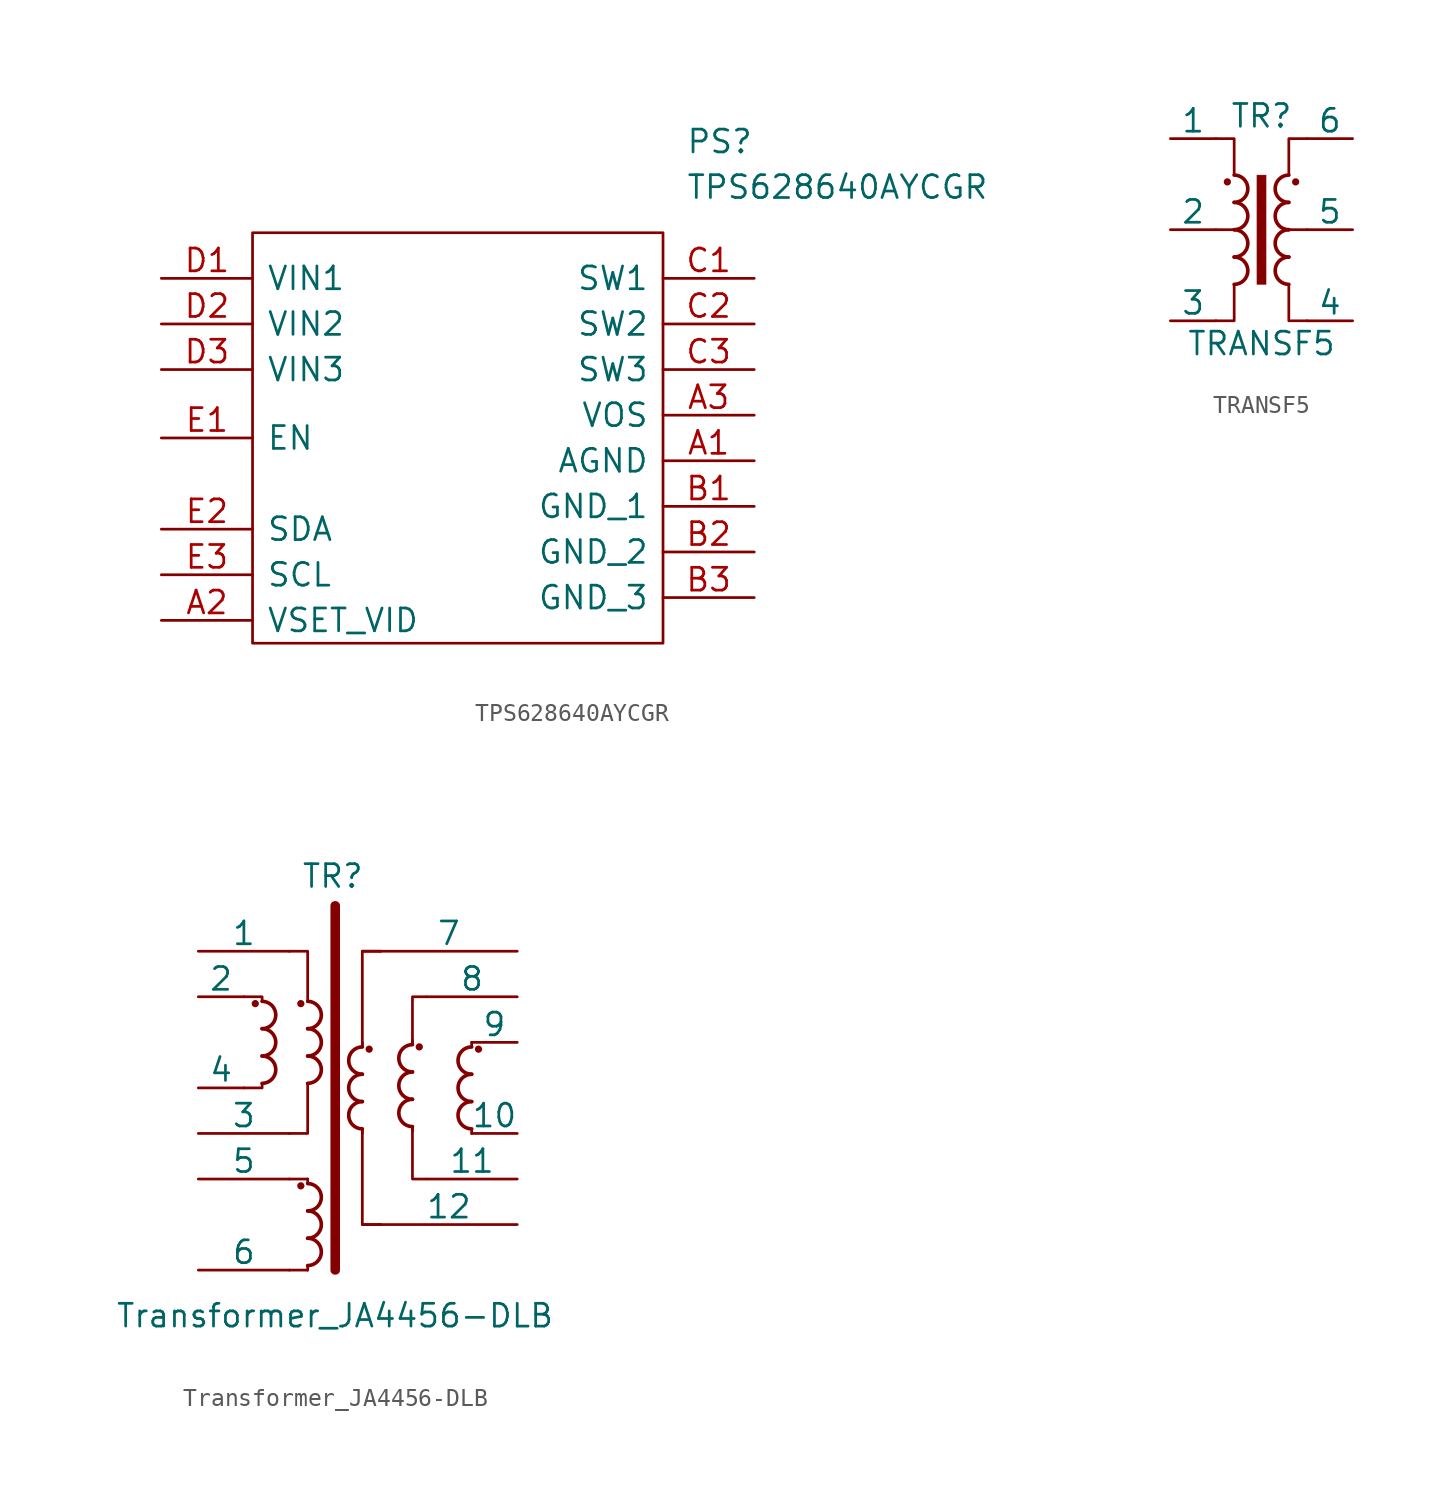
<source format=kicad_sym>
(kicad_symbol_lib
  (version 20201005)
  (generator kicad_symbol_editor)
  (symbol "AP3000:TPS628640AYCGR"
    (pin_names
      (offset 0.762))
    (property "Reference" "PS"
      (at 12.7 15.24 0)
      (effects (font (size 1.27 1.27)) (justify left)))
    (property "Value" "TPS628640AYCGR"
      (at 12.7 12.7 0)
      (effects (font (size 1.27 1.27)) (justify left)))
    (symbol "TPS628640AYCGR_0_0"
      (pin power_in line (at 16.51 -2.54 180) (length 5.08) (name "AGND" (effects (font (size 1.27 1.27)))) (number "A1" (effects (font (size 1.27 1.27)))))
      (pin input line (at -16.51 -11.43 0) (length 5.08) (name "VSET_VID" (effects (font (size 1.27 1.27)))) (number "A2" (effects (font (size 1.27 1.27)))))
      (pin input line (at 16.51 0 180) (length 5.08) (name "VOS" (effects (font (size 1.27 1.27)))) (number "A3" (effects (font (size 1.27 1.27)))))
      (pin power_in line (at 16.51 -5.08 180) (length 5.08) (name "GND_1" (effects (font (size 1.27 1.27)))) (number "B1" (effects (font (size 1.27 1.27)))))
      (pin power_in line (at 16.51 -7.62 180) (length 5.08) (name "GND_2" (effects (font (size 1.27 1.27)))) (number "B2" (effects (font (size 1.27 1.27)))))
      (pin power_in line (at 16.51 -10.16 180) (length 5.08) (name "GND_3" (effects (font (size 1.27 1.27)))) (number "B3" (effects (font (size 1.27 1.27)))))
      (pin power_in line (at 16.51 7.62 180) (length 5.08) (name "SW1" (effects (font (size 1.27 1.27)))) (number "C1" (effects (font (size 1.27 1.27)))))
      (pin power_in line (at 16.51 5.08 180) (length 5.08) (name "SW2" (effects (font (size 1.27 1.27)))) (number "C2" (effects (font (size 1.27 1.27)))))
      (pin power_in line (at 16.51 2.54 180) (length 5.08) (name "SW3" (effects (font (size 1.27 1.27)))) (number "C3" (effects (font (size 1.27 1.27)))))
      (pin power_in line (at -16.51 7.62 0) (length 5.08) (name "VIN1" (effects (font (size 1.27 1.27)))) (number "D1" (effects (font (size 1.27 1.27)))))
      (pin power_in line (at -16.51 5.08 0) (length 5.08) (name "VIN2" (effects (font (size 1.27 1.27)))) (number "D2" (effects (font (size 1.27 1.27)))))
      (pin power_in line (at -16.51 2.54 0) (length 5.08) (name "VIN3" (effects (font (size 1.27 1.27)))) (number "D3" (effects (font (size 1.27 1.27)))))
      (pin input line (at -16.51 -1.27 0) (length 5.08) (name "EN" (effects (font (size 1.27 1.27)))) (number "E1" (effects (font (size 1.27 1.27)))))
      (pin bidirectional line (at -16.51 -6.35 0) (length 5.08) (name "SDA" (effects (font (size 1.27 1.27)))) (number "E2" (effects (font (size 1.27 1.27)))))
      (pin bidirectional line (at -16.51 -8.89 0) (length 5.08) (name "SCL" (effects (font (size 1.27 1.27)))) (number "E3" (effects (font (size 1.27 1.27))))))
    (symbol "TPS628640AYCGR_0_1"
      (polyline (pts (xy -11.43 10.16) (xy 11.43 10.16) (xy 11.43 -12.7) (xy -11.43 -12.7) (xy -11.43 10.16)) (stroke (width 0.152)) (fill (type none)))))
  (symbol "AP3000:TRANSF5"
    (pin_numbers hide)
    (pin_names
      (offset 0))
    (property "Reference" "TR"
      (at 0 6.35 0)
      (effects (font (size 1.27 1.27))))
    (property "Value" "TRANSF5"
      (at 0 -6.35 0)
      (effects (font (size 1.27 1.27))))
    (symbol "TRANSF5_0_1"
      (arc (start -1.524 -3.048) (end -1.524 -1.524) (radius (at -1.524 -2.286) (length 0.762) (angles -89.9 89.9)) (stroke (width 0.2032)) (fill (type none)))
      (arc (start -1.524 -1.524) (end -1.524 0) (radius (at -1.524 -0.762) (length 0.762) (angles -89.9 89.9)) (stroke (width 0.2032)) (fill (type none)))
      (arc (start -1.524 0) (end -1.524 1.524) (radius (at -1.524 0.762) (length 0.762) (angles -89.9 89.9)) (stroke (width 0.2032)) (fill (type none)))
      (arc (start -1.524 1.524) (end -1.524 3.048) (radius (at -1.524 2.286) (length 0.762) (angles -89.9 89.9)) (stroke (width 0.2032)) (fill (type none)))
      (arc (start 1.524 -1.524) (end 1.524 -3.048) (radius (at 1.524 -2.286) (length 0.762) (angles 90.1 -90.1)) (stroke (width 0.2032)) (fill (type none)))
      (arc (start 1.524 0) (end 1.524 -1.524) (radius (at 1.524 -0.762) (length 0.762) (angles 90.1 -90.1)) (stroke (width 0.2032)) (fill (type none)))
      (arc (start 1.524 1.524) (end 1.524 0) (radius (at 1.524 0.762) (length 0.762) (angles 90.1 -90.1)) (stroke (width 0.2032)) (fill (type none)))
      (arc (start 1.524 3.048) (end 1.524 1.524) (radius (at 1.524 2.286) (length 0.762) (angles 90.1 -90.1)) (stroke (width 0.2032)) (fill (type none)))
      (circle (center -1.905 2.667) (radius 0.127) (stroke (width 0)) (fill (type outline)))
      (circle (center 1.905 2.667) (radius 0.127) (stroke (width 0)) (fill (type outline)))
      (rectangle (start -0.254 3.048) (end 0.254 -3.048) (stroke (width 0.025)) (fill (type outline)))
      (polyline (pts (xy -2.54 5.08) (xy -1.524 5.08) (xy -1.524 3.048) (xy -1.524 3.048)) (stroke (width 0.152)) (fill (type none)))
      (polyline (pts (xy -1.524 -3.048) (xy -1.524 -5.08) (xy -2.54 -5.08) (xy -2.54 -5.08)) (stroke (width 0.152)) (fill (type none)))
      (polyline (pts (xy 1.524 3.048) (xy 1.524 5.08) (xy 2.54 5.08) (xy 2.54 5.08)) (stroke (width 0.152)) (fill (type none)))
      (polyline (pts (xy 2.54 -5.08) (xy 1.524 -5.08) (xy 1.524 -3.048) (xy 1.524 -3.048)) (stroke (width 0.152)) (fill (type none)))
      (polyline (pts (xy -1.524 0) (xy -2.54 0) (xy -2.54 0)) (stroke (width 0)) (fill (type outline)))
      (polyline (pts (xy 1.524 0) (xy 2.54 0) (xy 2.54 0)) (stroke (width 0)) (fill (type outline))))
    (symbol "TRANSF5_1_1"
      (pin passive line (at -5.08 5.08 0) (length 2.54) (name "1" (effects (font (size 1.27 1.27)))) (number "1" (effects (font (size 1.27 1.27)))))
      (pin passive line (at -5.08 0 0) (length 2.54) (name "2" (effects (font (size 1.27 1.27)))) (number "2" (effects (font (size 1.27 1.27)))))
      (pin passive line (at -5.08 -5.08 0) (length 2.54) (name "3" (effects (font (size 1.27 1.27)))) (number "3" (effects (font (size 1.27 1.27)))))
      (pin passive line (at 5.08 -5.08 180) (length 2.54) (name "4" (effects (font (size 1.27 1.27)))) (number "4" (effects (font (size 1.27 1.27)))))
      (pin passive line (at 5.08 0 180) (length 2.54) (name "5" (effects (font (size 1.27 1.27)))) (number "5" (effects (font (size 1.27 1.27)))))
      (pin passive line (at 5.08 5.08 180) (length 2.54) (name "6" (effects (font (size 1.27 1.27)))) (number "6" (effects (font (size 1.27 1.27)))))))
  (symbol "AP3000:Transformer_JA4456-DLB"
    (pin_numbers hide)
    (pin_names
      (offset 0))
    (property "Reference" "TR"
      (at -0.127 14.351 0)
      (effects (font (size 1.27 1.27))))
    (property "Value" "Transformer_JA4456-DLB"
      (at 0 -10.16 0)
      (effects (font (size 1.27 1.27))))
    (symbol "Transformer_JA4456-DLB_0_1"
      (arc (start -4.064 2.794) (end -4.064 4.318) (radius (at -4.064 3.556) (length 0.762) (angles -89.9 89.9)) (stroke (width 0.2032)) (fill (type none)))
      (arc (start -4.064 4.318) (end -4.064 5.842) (radius (at -4.064 5.08) (length 0.762) (angles -89.9 89.9)) (stroke (width 0.2032)) (fill (type none)))
      (arc (start -4.064 5.842) (end -4.064 7.366) (radius (at -4.064 6.604) (length 0.762) (angles -89.9 89.9)) (stroke (width 0.2032)) (fill (type none)))
      (arc (start -1.524 -7.366) (end -1.524 -5.842) (radius (at -1.524 -6.604) (length 0.762) (angles -89.9 89.9)) (stroke (width 0.2032)) (fill (type none)))
      (arc (start -1.524 -5.842) (end -1.524 -4.318) (radius (at -1.524 -5.08) (length 0.762) (angles -89.9 89.9)) (stroke (width 0.2032)) (fill (type none)))
      (arc (start -1.524 -4.318) (end -1.524 -2.794) (radius (at -1.524 -3.556) (length 0.762) (angles -89.9 89.9)) (stroke (width 0.2032)) (fill (type none)))
      (arc (start -1.524 2.794) (end -1.524 4.318) (radius (at -1.524 3.556) (length 0.762) (angles -89.9 89.9)) (stroke (width 0.2032)) (fill (type none)))
      (arc (start -1.524 4.318) (end -1.524 5.842) (radius (at -1.524 5.08) (length 0.762) (angles -89.9 89.9)) (stroke (width 0.2032)) (fill (type none)))
      (arc (start -1.524 5.842) (end -1.524 7.366) (radius (at -1.524 6.604) (length 0.762) (angles -89.9 89.9)) (stroke (width 0.2032)) (fill (type none)))
      (arc (start 1.524 1.778) (end 1.524 0.254) (radius (at 1.524 1.016) (length 0.762) (angles 90.1 -90.1)) (stroke (width 0.2032)) (fill (type none)))
      (arc (start 1.524 3.302) (end 1.524 1.778) (radius (at 1.524 2.54) (length 0.762) (angles 90.1 -90.1)) (stroke (width 0.2032)) (fill (type none)))
      (arc (start 1.524 4.826) (end 1.524 3.302) (radius (at 1.524 4.064) (length 0.762) (angles 90.1 -90.1)) (stroke (width 0.2032)) (fill (type none)))
      (arc (start 4.318 1.905) (end 4.318 0.381) (radius (at 4.318 1.143) (length 0.762) (angles 90.1 -90.1)) (stroke (width 0.2032)) (fill (type none)))
      (arc (start 4.318 3.429) (end 4.318 1.905) (radius (at 4.318 2.667) (length 0.762) (angles 90.1 -90.1)) (stroke (width 0.2032)) (fill (type none)))
      (arc (start 4.318 4.953) (end 4.318 3.429) (radius (at 4.318 4.191) (length 0.762) (angles 90.1 -90.1)) (stroke (width 0.2032)) (fill (type none)))
      (arc (start 7.62 1.778) (end 7.62 0.254) (radius (at 7.62 1.016) (length 0.762) (angles 90.1 -90.1)) (stroke (width 0.2032)) (fill (type none)))
      (arc (start 7.62 3.302) (end 7.62 1.778) (radius (at 7.62 2.54) (length 0.762) (angles 90.1 -90.1)) (stroke (width 0.2032)) (fill (type none)))
      (arc (start 7.62 4.826) (end 7.62 3.302) (radius (at 7.62 4.064) (length 0.762) (angles 90.1 -90.1)) (stroke (width 0.2032)) (fill (type none)))
      (circle (center -4.445 7.239) (radius 0.127) (stroke (width 0)) (fill (type outline)))
      (circle (center -1.905 -2.921) (radius 0.127) (stroke (width 0)) (fill (type outline)))
      (circle (center -1.905 7.239) (radius 0.127) (stroke (width 0)) (fill (type outline)))
      (circle (center 1.905 4.699) (radius 0.127) (stroke (width 0)) (fill (type outline)))
      (circle (center 4.699 4.826) (radius 0.127) (stroke (width 0)) (fill (type outline)))
      (circle (center 8.001 4.699) (radius 0.127) (stroke (width 0)) (fill (type outline)))
      (rectangle (start 0 12.7) (end 0.025 -7.62) (stroke (width 0.508)) (fill (type outline)))
      (polyline (pts (xy -2.54 -7.62) (xy -1.524 -7.62) (xy -1.524 -7.62)) (stroke (width 0)) (fill (type none)))
      (polyline (pts (xy -1.524 -2.54) (xy -2.54 -2.54) (xy -2.54 -2.54)) (stroke (width 0)) (fill (type none)))
      (polyline (pts (xy 1.524 -5.08) (xy 2.54 -5.08) (xy 2.54 -5.08)) (stroke (width 0)) (fill (type none)))
      (polyline (pts (xy 1.524 10.16) (xy 2.54 10.16) (xy 2.54 10.16)) (stroke (width 0)) (fill (type none)))
      (polyline (pts (xy 4.318 0.381) (xy 4.318 -2.54) (xy 5.08 -2.54)) (stroke (width 0)) (fill (type none)))
      (polyline (pts (xy 4.318 4.953) (xy 4.318 7.62) (xy 5.08 7.62)) (stroke (width 0)) (fill (type none)))
      (polyline (pts (xy -4.064 2.794) (xy -4.064 2.54) (xy -5.08 2.54) (xy -5.08 2.54)) (stroke (width 0)) (fill (type none)))
      (polyline (pts (xy -4.064 7.366) (xy -4.064 7.62) (xy -5.08 7.62) (xy -5.08 7.62)) (stroke (width 0)) (fill (type none)))
      (polyline (pts (xy -1.524 2.794) (xy -1.524 0) (xy -2.54 0) (xy -2.54 0)) (stroke (width 0)) (fill (type none)))
      (polyline (pts (xy -1.524 7.366) (xy -1.524 10.16) (xy -2.54 10.16) (xy -2.54 10.16)) (stroke (width 0)) (fill (type none)))
      (polyline (pts (xy 1.524 0.254) (xy 1.524 -5.08) (xy 2.54 -5.08) (xy 2.54 -5.08)) (stroke (width 0)) (fill (type none)))
      (polyline (pts (xy 1.524 4.826) (xy 1.524 10.16) (xy 2.54 10.16) (xy 2.54 10.16)) (stroke (width 0)) (fill (type none)))
      (polyline (pts (xy -1.524 -7.366) (xy -1.524 -7.62) (xy -1.524 -7.62)) (stroke (width 0)) (fill (type outline)))
      (polyline (pts (xy -1.524 -2.54) (xy -1.524 -2.794) (xy -1.524 -2.794)) (stroke (width 0)) (fill (type outline)))
      (polyline (pts (xy 1.524 0) (xy 1.524 0.254) (xy 1.524 0.254)) (stroke (width 0)) (fill (type outline)))
      (polyline (pts (xy 1.524 5.08) (xy 1.524 4.826) (xy 1.524 4.826)) (stroke (width 0)) (fill (type outline)))
      (polyline (pts (xy 4.318 0.127) (xy 4.318 0.381) (xy 4.318 0.381)) (stroke (width 0)) (fill (type outline)))
      (polyline (pts (xy 4.318 5.207) (xy 4.318 4.953) (xy 4.318 4.953)) (stroke (width 0)) (fill (type outline)))
      (polyline (pts (xy 7.62 0) (xy 7.62 0.254) (xy 7.62 0.254)) (stroke (width 0)) (fill (type outline)))
      (polyline (pts (xy 7.62 5.08) (xy 7.62 4.826) (xy 7.62 4.826)) (stroke (width 0)) (fill (type outline))))
    (symbol "Transformer_JA4456-DLB_1_1"
      (pin passive line (at -7.62 10.16 0) (length 5.08) (name "1" (effects (font (size 1.27 1.27)))) (number "1" (effects (font (size 1.27 1.27)))))
      (pin passive line (at 10.16 0 180) (length 2.54) (name "10" (effects (font (size 1.27 1.27)))) (number "10" (effects (font (size 1.27 1.27)))))
      (pin passive line (at 10.16 -2.54 180) (length 5.04) (name "11" (effects (font (size 1.27 1.27)))) (number "11" (effects (font (size 1.27 1.27)))))
      (pin passive line (at 10.16 -5.08 180) (length 7.62) (name "12" (effects (font (size 1.27 1.27)))) (number "12" (effects (font (size 1.27 1.27)))))
      (pin passive line (at -7.62 7.62 0) (length 2.54) (name "2" (effects (font (size 1.27 1.27)))) (number "2" (effects (font (size 1.27 1.27)))))
      (pin passive line (at -7.62 0 0) (length 5.08) (name "3" (effects (font (size 1.27 1.27)))) (number "3" (effects (font (size 1.27 1.27)))))
      (pin passive line (at -7.62 2.54 0) (length 2.54) (name "4" (effects (font (size 1.27 1.27)))) (number "4" (effects (font (size 1.27 1.27)))))
      (pin passive line (at -7.62 -2.54 0) (length 5.08) (name "5" (effects (font (size 1.27 1.27)))) (number "5" (effects (font (size 1.27 1.27)))))
      (pin passive line (at -7.62 -7.62 0) (length 5.08) (name "6" (effects (font (size 1.27 1.27)))) (number "6" (effects (font (size 1.27 1.27)))))
      (pin passive line (at 10.16 10.16 180) (length 7.62) (name "7" (effects (font (size 1.27 1.27)))) (number "7" (effects (font (size 1.27 1.27)))))
      (pin passive line (at 10.16 7.62 180) (length 5.04) (name "8" (effects (font (size 1.27 1.27)))) (number "8" (effects (font (size 1.27 1.27)))))
      (pin passive line (at 10.16 5.08 180) (length 2.54) (name "9" (effects (font (size 1.27 1.27)))) (number "9" (effects (font (size 1.27 1.27))))))))
</source>
